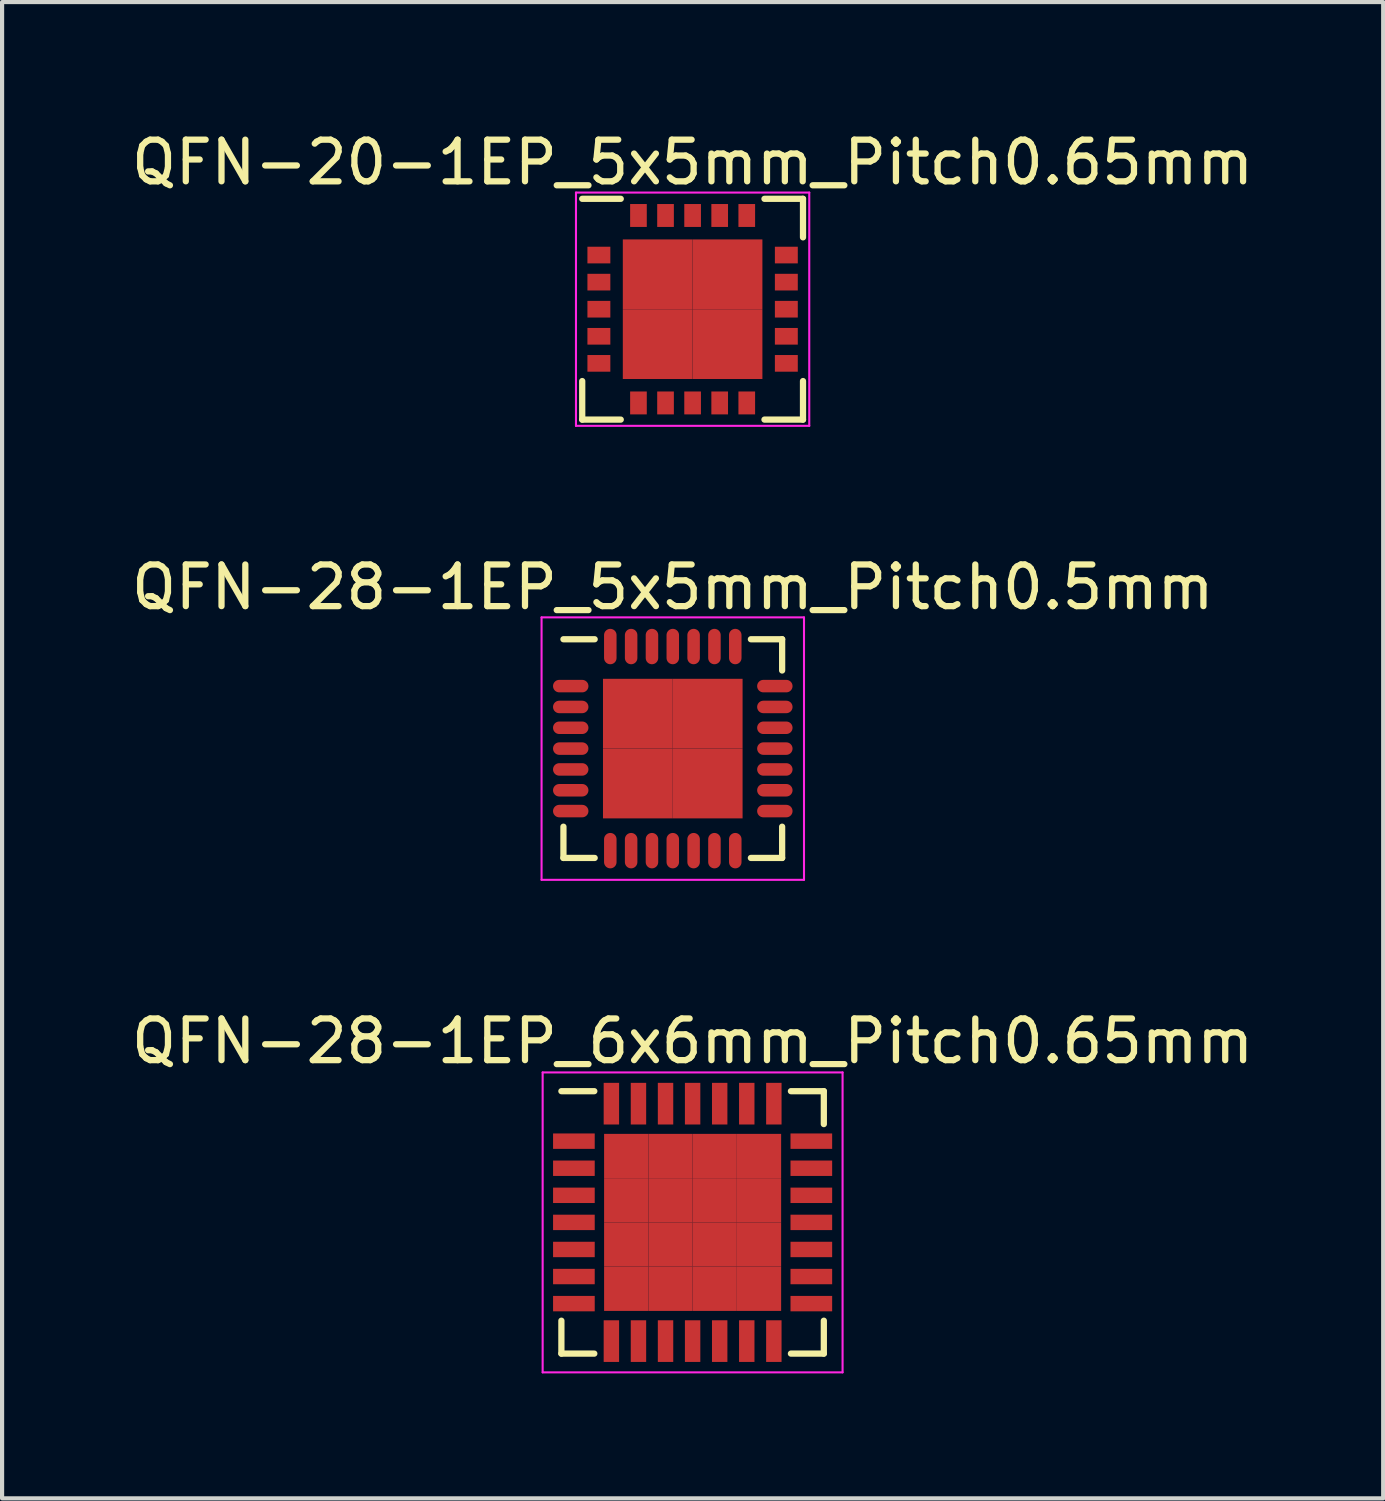
<source format=kicad_pcb>
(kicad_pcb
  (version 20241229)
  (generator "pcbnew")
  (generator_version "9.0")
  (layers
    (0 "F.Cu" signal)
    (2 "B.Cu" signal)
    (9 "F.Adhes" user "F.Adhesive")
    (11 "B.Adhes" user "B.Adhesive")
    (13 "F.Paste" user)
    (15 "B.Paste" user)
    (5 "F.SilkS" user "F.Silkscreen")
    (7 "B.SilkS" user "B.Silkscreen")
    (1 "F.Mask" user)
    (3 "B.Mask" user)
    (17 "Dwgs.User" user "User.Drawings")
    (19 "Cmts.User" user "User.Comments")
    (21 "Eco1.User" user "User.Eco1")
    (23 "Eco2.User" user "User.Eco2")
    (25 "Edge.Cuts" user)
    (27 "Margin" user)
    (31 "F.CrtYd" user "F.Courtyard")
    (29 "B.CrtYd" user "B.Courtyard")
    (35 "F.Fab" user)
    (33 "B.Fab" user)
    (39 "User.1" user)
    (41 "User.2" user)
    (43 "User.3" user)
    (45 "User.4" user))
  (footprint "QFN-28-1EP_5x5mm_Pitch0.5mm"
    (layer "F.Cu")
    (at 13.101 14.921)
    (property "Reference" "QFN-28-1EP_5x5mm_Pitch0.5mm" (at 0 -3.875 0) (layer "F.SilkS") (effects (font (size 1 1) (thickness 0.15))))
    (attr smd)
    (fp_line (start -2.625 -2.625) (end -1.875 -2.625) (stroke (width 0.15) (type solid)) (layer "F.SilkS"))
    (fp_line (start -2.625 2.625) (end -2.625 1.875) (stroke (width 0.15) (type solid)) (layer "F.SilkS"))
    (fp_line (start -2.625 2.625) (end -1.875 2.625) (stroke (width 0.15) (type solid)) (layer "F.SilkS"))
    (fp_line (start 2.625 -2.625) (end 1.875 -2.625) (stroke (width 0.15) (type solid)) (layer "F.SilkS"))
    (fp_line (start 2.625 -2.625) (end 2.625 -1.875) (stroke (width 0.15) (type solid)) (layer "F.SilkS"))
    (fp_line (start 2.625 2.625) (end 1.875 2.625) (stroke (width 0.15) (type solid)) (layer "F.SilkS"))
    (fp_line (start 2.625 2.625) (end 2.625 1.875) (stroke (width 0.15) (type solid)) (layer "F.SilkS"))
    (fp_line (start -3.15 -3.15) (end -3.15 3.15) (stroke (width 0.05) (type solid)) (layer "F.CrtYd"))
    (fp_line (start -3.15 -3.15) (end 3.15 -3.15) (stroke (width 0.05) (type solid)) (layer "F.CrtYd"))
    (fp_line (start -3.15 3.15) (end 3.15 3.15) (stroke (width 0.05) (type solid)) (layer "F.CrtYd"))
    (fp_line (start 3.15 -3.15) (end 3.15 3.15) (stroke (width 0.05) (type solid)) (layer "F.CrtYd"))
    (pad "1" smd oval (at -2.45 -1.5) (size 0.85 0.3) (layers "F.Cu" "F.Mask" "F.Paste"))
    (pad "2" smd oval (at -2.45 -1) (size 0.85 0.3) (layers "F.Cu" "F.Mask" "F.Paste"))
    (pad "3" smd oval (at -2.45 -0.5) (size 0.85 0.3) (layers "F.Cu" "F.Mask" "F.Paste"))
    (pad "4" smd oval (at -2.45 0) (size 0.85 0.3) (layers "F.Cu" "F.Mask" "F.Paste"))
    (pad "5" smd oval (at -2.45 0.5) (size 0.85 0.3) (layers "F.Cu" "F.Mask" "F.Paste"))
    (pad "6" smd oval (at -2.45 1) (size 0.85 0.3) (layers "F.Cu" "F.Mask" "F.Paste"))
    (pad "7" smd oval (at -2.45 1.5) (size 0.85 0.3) (layers "F.Cu" "F.Mask" "F.Paste"))
    (pad "8" smd oval (at -1.5 2.45 90) (size 0.85 0.3) (layers "F.Cu" "F.Mask" "F.Paste"))
    (pad "9" smd oval (at -1 2.45 90) (size 0.85 0.3) (layers "F.Cu" "F.Mask" "F.Paste"))
    (pad "10" smd oval (at -0.5 2.45 90) (size 0.85 0.3) (layers "F.Cu" "F.Mask" "F.Paste"))
    (pad "11" smd oval (at 0 2.45 90) (size 0.85 0.3) (layers "F.Cu" "F.Mask" "F.Paste"))
    (pad "12" smd oval (at 0.5 2.45 90) (size 0.85 0.3) (layers "F.Cu" "F.Mask" "F.Paste"))
    (pad "13" smd oval (at 1 2.45 90) (size 0.85 0.3) (layers "F.Cu" "F.Mask" "F.Paste"))
    (pad "14" smd oval (at 1.5 2.45 90) (size 0.85 0.3) (layers "F.Cu" "F.Mask" "F.Paste"))
    (pad "15" smd oval (at 2.45 1.5) (size 0.85 0.3) (layers "F.Cu" "F.Mask" "F.Paste"))
    (pad "16" smd oval (at 2.45 1) (size 0.85 0.3) (layers "F.Cu" "F.Mask" "F.Paste"))
    (pad "17" smd oval (at 2.45 0.5) (size 0.85 0.3) (layers "F.Cu" "F.Mask" "F.Paste"))
    (pad "18" smd oval (at 2.45 0) (size 0.85 0.3) (layers "F.Cu" "F.Mask" "F.Paste"))
    (pad "19" smd oval (at 2.45 -0.5) (size 0.85 0.3) (layers "F.Cu" "F.Mask" "F.Paste"))
    (pad "20" smd oval (at 2.45 -1) (size 0.85 0.3) (layers "F.Cu" "F.Mask" "F.Paste"))
    (pad "21" smd oval (at 2.45 -1.5) (size 0.85 0.3) (layers "F.Cu" "F.Mask" "F.Paste"))
    (pad "22" smd oval (at 1.5 -2.45 90) (size 0.85 0.3) (layers "F.Cu" "F.Mask" "F.Paste"))
    (pad "23" smd oval (at 1 -2.45 90) (size 0.85 0.3) (layers "F.Cu" "F.Mask" "F.Paste"))
    (pad "24" smd oval (at 0.5 -2.45 90) (size 0.85 0.3) (layers "F.Cu" "F.Mask" "F.Paste"))
    (pad "25" smd oval (at 0 -2.45 90) (size 0.85 0.3) (layers "F.Cu" "F.Mask" "F.Paste"))
    (pad "26" smd oval (at -0.5 -2.45 90) (size 0.85 0.3) (layers "F.Cu" "F.Mask" "F.Paste"))
    (pad "27" smd oval (at -1 -2.45 90) (size 0.85 0.3) (layers "F.Cu" "F.Mask" "F.Paste"))
    (pad "28" smd oval (at -1.5 -2.45 90) (size 0.85 0.3) (layers "F.Cu" "F.Mask" "F.Paste"))
    (pad "29" smd rect (at -0.838 -0.838) (size 1.675 1.675) (layers "F.Cu" "F.Mask" "F.Paste"))
    (pad "29" smd rect (at -0.838 0.838) (size 1.675 1.675) (layers "F.Cu" "F.Mask" "F.Paste"))
    (pad "29" smd rect (at 0.838 -0.838) (size 1.675 1.675) (layers "F.Cu" "F.Mask" "F.Paste"))
    (pad "29" smd rect (at 0.838 0.838) (size 1.675 1.675) (layers "F.Cu" "F.Mask" "F.Paste")))
  (footprint "QFN-20-1EP_5x5mm_Pitch0.65mm"
    (layer "F.Cu")
    (at 13.577 4.373)
    (property "Reference" "QFN-20-1EP_5x5mm_Pitch0.65mm" (at 0 -3.525 0) (layer "F.SilkS") (effects (font (size 1 1) (thickness 0.15))))
    (attr smd)
    (fp_line (start -2.65 -2.65) (end -1.725 -2.65) (stroke (width 0.15) (type solid)) (layer "F.SilkS"))
    (fp_line (start -2.65 2.65) (end -2.65 1.725) (stroke (width 0.15) (type solid)) (layer "F.SilkS"))
    (fp_line (start -2.65 2.65) (end -1.725 2.65) (stroke (width 0.15) (type solid)) (layer "F.SilkS"))
    (fp_line (start 2.65 -2.65) (end 1.725 -2.65) (stroke (width 0.15) (type solid)) (layer "F.SilkS"))
    (fp_line (start 2.65 -2.65) (end 2.65 -1.725) (stroke (width 0.15) (type solid)) (layer "F.SilkS"))
    (fp_line (start 2.65 2.65) (end 1.725 2.65) (stroke (width 0.15) (type solid)) (layer "F.SilkS"))
    (fp_line (start 2.65 2.65) (end 2.65 1.725) (stroke (width 0.15) (type solid)) (layer "F.SilkS"))
    (fp_line (start -2.8 -2.8) (end -2.8 2.8) (stroke (width 0.05) (type solid)) (layer "F.CrtYd"))
    (fp_line (start -2.8 -2.8) (end 2.8 -2.8) (stroke (width 0.05) (type solid)) (layer "F.CrtYd"))
    (fp_line (start -2.8 2.8) (end 2.8 2.8) (stroke (width 0.05) (type solid)) (layer "F.CrtYd"))
    (fp_line (start 2.8 -2.8) (end 2.8 2.8) (stroke (width 0.05) (type solid)) (layer "F.CrtYd"))
    (pad "1" smd rect (at -2.25 -1.3) (size 0.55 0.4) (layers "F.Cu" "F.Mask" "F.Paste"))
    (pad "2" smd rect (at -2.25 -0.65) (size 0.55 0.4) (layers "F.Cu" "F.Mask" "F.Paste"))
    (pad "3" smd rect (at -2.25 0) (size 0.55 0.4) (layers "F.Cu" "F.Mask" "F.Paste"))
    (pad "4" smd rect (at -2.25 0.65) (size 0.55 0.4) (layers "F.Cu" "F.Mask" "F.Paste"))
    (pad "5" smd rect (at -2.25 1.3) (size 0.55 0.4) (layers "F.Cu" "F.Mask" "F.Paste"))
    (pad "6" smd rect (at -1.3 2.25 90) (size 0.55 0.4) (layers "F.Cu" "F.Mask" "F.Paste"))
    (pad "7" smd rect (at -0.65 2.25 90) (size 0.55 0.4) (layers "F.Cu" "F.Mask" "F.Paste"))
    (pad "8" smd rect (at 0 2.25 90) (size 0.55 0.4) (layers "F.Cu" "F.Mask" "F.Paste"))
    (pad "9" smd rect (at 0.65 2.25 90) (size 0.55 0.4) (layers "F.Cu" "F.Mask" "F.Paste"))
    (pad "10" smd rect (at 1.3 2.25 90) (size 0.55 0.4) (layers "F.Cu" "F.Mask" "F.Paste"))
    (pad "11" smd rect (at 2.25 1.3) (size 0.55 0.4) (layers "F.Cu" "F.Mask" "F.Paste"))
    (pad "12" smd rect (at 2.25 0.65) (size 0.55 0.4) (layers "F.Cu" "F.Mask" "F.Paste"))
    (pad "13" smd rect (at 2.25 0) (size 0.55 0.4) (layers "F.Cu" "F.Mask" "F.Paste"))
    (pad "14" smd rect (at 2.25 -0.65) (size 0.55 0.4) (layers "F.Cu" "F.Mask" "F.Paste"))
    (pad "15" smd rect (at 2.25 -1.3) (size 0.55 0.4) (layers "F.Cu" "F.Mask" "F.Paste"))
    (pad "16" smd rect (at 1.3 -2.25 90) (size 0.55 0.4) (layers "F.Cu" "F.Mask" "F.Paste"))
    (pad "17" smd rect (at 0.65 -2.25 90) (size 0.55 0.4) (layers "F.Cu" "F.Mask" "F.Paste"))
    (pad "18" smd rect (at 0 -2.25 90) (size 0.55 0.4) (layers "F.Cu" "F.Mask" "F.Paste"))
    (pad "19" smd rect (at -0.65 -2.25 90) (size 0.55 0.4) (layers "F.Cu" "F.Mask" "F.Paste"))
    (pad "20" smd rect (at -1.3 -2.25 90) (size 0.55 0.4) (layers "F.Cu" "F.Mask" "F.Paste"))
    (pad "21" smd rect (at -0.838 -0.838) (size 1.675 1.675) (layers "F.Cu" "F.Mask" "F.Paste"))
    (pad "21" smd rect (at -0.838 0.838) (size 1.675 1.675) (layers "F.Cu" "F.Mask" "F.Paste"))
    (pad "21" smd rect (at 0.838 -0.838) (size 1.675 1.675) (layers "F.Cu" "F.Mask" "F.Paste"))
    (pad "21" smd rect (at 0.838 0.838) (size 1.675 1.675) (layers "F.Cu" "F.Mask" "F.Paste")))
  (footprint "QFN-28-1EP_6x6mm_Pitch0.65mm"
    (layer "F.Cu")
    (at 13.577 26.295)
    (property "Reference" "QFN-28-1EP_6x6mm_Pitch0.65mm" (at 0 -4.35 0) (layer "F.SilkS") (effects (font (size 1 1) (thickness 0.15))))
    (attr smd)
    (fp_line (start -3.15 -3.15) (end -2.36 -3.15) (stroke (width 0.15) (type solid)) (layer "F.SilkS"))
    (fp_line (start -3.15 3.15) (end -3.15 2.36) (stroke (width 0.15) (type solid)) (layer "F.SilkS"))
    (fp_line (start -3.15 3.15) (end -2.36 3.15) (stroke (width 0.15) (type solid)) (layer "F.SilkS"))
    (fp_line (start 3.15 -3.15) (end 2.36 -3.15) (stroke (width 0.15) (type solid)) (layer "F.SilkS"))
    (fp_line (start 3.15 -3.15) (end 3.15 -2.36) (stroke (width 0.15) (type solid)) (layer "F.SilkS"))
    (fp_line (start 3.15 3.15) (end 2.36 3.15) (stroke (width 0.15) (type solid)) (layer "F.SilkS"))
    (fp_line (start 3.15 3.15) (end 3.15 2.36) (stroke (width 0.15) (type solid)) (layer "F.SilkS"))
    (fp_line (start -3.6 -3.6) (end -3.6 3.6) (stroke (width 0.05) (type solid)) (layer "F.CrtYd"))
    (fp_line (start -3.6 -3.6) (end 3.6 -3.6) (stroke (width 0.05) (type solid)) (layer "F.CrtYd"))
    (fp_line (start -3.6 3.6) (end 3.6 3.6) (stroke (width 0.05) (type solid)) (layer "F.CrtYd"))
    (fp_line (start 3.6 -3.6) (end 3.6 3.6) (stroke (width 0.05) (type solid)) (layer "F.CrtYd"))
    (pad "1" smd rect (at -2.85 -1.95) (size 1 0.37) (layers "F.Cu" "F.Mask" "F.Paste"))
    (pad "2" smd rect (at -2.85 -1.3) (size 1 0.37) (layers "F.Cu" "F.Mask" "F.Paste"))
    (pad "3" smd rect (at -2.85 -0.65) (size 1 0.37) (layers "F.Cu" "F.Mask" "F.Paste"))
    (pad "4" smd rect (at -2.85 0) (size 1 0.37) (layers "F.Cu" "F.Mask" "F.Paste"))
    (pad "5" smd rect (at -2.85 0.65) (size 1 0.37) (layers "F.Cu" "F.Mask" "F.Paste"))
    (pad "6" smd rect (at -2.85 1.3) (size 1 0.37) (layers "F.Cu" "F.Mask" "F.Paste"))
    (pad "7" smd rect (at -2.85 1.95) (size 1 0.37) (layers "F.Cu" "F.Mask" "F.Paste"))
    (pad "8" smd rect (at -1.95 2.85 90) (size 1 0.37) (layers "F.Cu" "F.Mask" "F.Paste"))
    (pad "9" smd rect (at -1.3 2.85 90) (size 1 0.37) (layers "F.Cu" "F.Mask" "F.Paste"))
    (pad "10" smd rect (at -0.65 2.85 90) (size 1 0.37) (layers "F.Cu" "F.Mask" "F.Paste"))
    (pad "11" smd rect (at 0 2.85 90) (size 1 0.37) (layers "F.Cu" "F.Mask" "F.Paste"))
    (pad "12" smd rect (at 0.65 2.85 90) (size 1 0.37) (layers "F.Cu" "F.Mask" "F.Paste"))
    (pad "13" smd rect (at 1.3 2.85 90) (size 1 0.37) (layers "F.Cu" "F.Mask" "F.Paste"))
    (pad "14" smd rect (at 1.95 2.85 90) (size 1 0.37) (layers "F.Cu" "F.Mask" "F.Paste"))
    (pad "15" smd rect (at 2.85 1.95) (size 1 0.37) (layers "F.Cu" "F.Mask" "F.Paste"))
    (pad "16" smd rect (at 2.85 1.3) (size 1 0.37) (layers "F.Cu" "F.Mask" "F.Paste"))
    (pad "17" smd rect (at 2.85 0.65) (size 1 0.37) (layers "F.Cu" "F.Mask" "F.Paste"))
    (pad "18" smd rect (at 2.85 0) (size 1 0.37) (layers "F.Cu" "F.Mask" "F.Paste"))
    (pad "19" smd rect (at 2.85 -0.65) (size 1 0.37) (layers "F.Cu" "F.Mask" "F.Paste"))
    (pad "20" smd rect (at 2.85 -1.3) (size 1 0.37) (layers "F.Cu" "F.Mask" "F.Paste"))
    (pad "21" smd rect (at 2.85 -1.95) (size 1 0.37) (layers "F.Cu" "F.Mask" "F.Paste"))
    (pad "22" smd rect (at 1.95 -2.85 90) (size 1 0.37) (layers "F.Cu" "F.Mask" "F.Paste"))
    (pad "23" smd rect (at 1.3 -2.85 90) (size 1 0.37) (layers "F.Cu" "F.Mask" "F.Paste"))
    (pad "24" smd rect (at 0.65 -2.85 90) (size 1 0.37) (layers "F.Cu" "F.Mask" "F.Paste"))
    (pad "25" smd rect (at 0 -2.85 90) (size 1 0.37) (layers "F.Cu" "F.Mask" "F.Paste"))
    (pad "26" smd rect (at -0.65 -2.85 90) (size 1 0.37) (layers "F.Cu" "F.Mask" "F.Paste"))
    (pad "27" smd rect (at -1.3 -2.85 90) (size 1 0.37) (layers "F.Cu" "F.Mask" "F.Paste"))
    (pad "28" smd rect (at -1.95 -2.85 90) (size 1 0.37) (layers "F.Cu" "F.Mask" "F.Paste"))
    (pad "29" smd rect (at -1.594 -1.594) (size 1.062 1.062) (layers "F.Cu" "F.Mask" "F.Paste"))
    (pad "29" smd rect (at -1.594 -0.531) (size 1.062 1.062) (layers "F.Cu" "F.Mask" "F.Paste"))
    (pad "29" smd rect (at -1.594 0.531) (size 1.062 1.062) (layers "F.Cu" "F.Mask" "F.Paste"))
    (pad "29" smd rect (at -1.594 1.594) (size 1.062 1.062) (layers "F.Cu" "F.Mask" "F.Paste"))
    (pad "29" smd rect (at -0.531 -1.594) (size 1.062 1.062) (layers "F.Cu" "F.Mask" "F.Paste"))
    (pad "29" smd rect (at -0.531 -0.531) (size 1.062 1.062) (layers "F.Cu" "F.Mask" "F.Paste"))
    (pad "29" smd rect (at -0.531 0.531) (size 1.062 1.062) (layers "F.Cu" "F.Mask" "F.Paste"))
    (pad "29" smd rect (at -0.531 1.594) (size 1.062 1.062) (layers "F.Cu" "F.Mask" "F.Paste"))
    (pad "29" smd rect (at 0.531 -1.594) (size 1.062 1.062) (layers "F.Cu" "F.Mask" "F.Paste"))
    (pad "29" smd rect (at 0.531 -0.531) (size 1.062 1.062) (layers "F.Cu" "F.Mask" "F.Paste"))
    (pad "29" smd rect (at 0.531 0.531) (size 1.062 1.062) (layers "F.Cu" "F.Mask" "F.Paste"))
    (pad "29" smd rect (at 0.531 1.594) (size 1.062 1.062) (layers "F.Cu" "F.Mask" "F.Paste"))
    (pad "29" smd rect (at 1.594 -1.594) (size 1.062 1.062) (layers "F.Cu" "F.Mask" "F.Paste"))
    (pad "29" smd rect (at 1.594 -0.531) (size 1.062 1.062) (layers "F.Cu" "F.Mask" "F.Paste"))
    (pad "29" smd rect (at 1.594 0.531) (size 1.062 1.062) (layers "F.Cu" "F.Mask" "F.Paste"))
    (pad "29" smd rect (at 1.594 1.594) (size 1.062 1.062) (layers "F.Cu" "F.Mask" "F.Paste")))
  (gr_rect
    (start -3 -3)
    (end 30.155 32.92)
    (stroke (width 0.1) (type default))
    (fill no)
    (layer "Edge.Cuts")))
</source>
